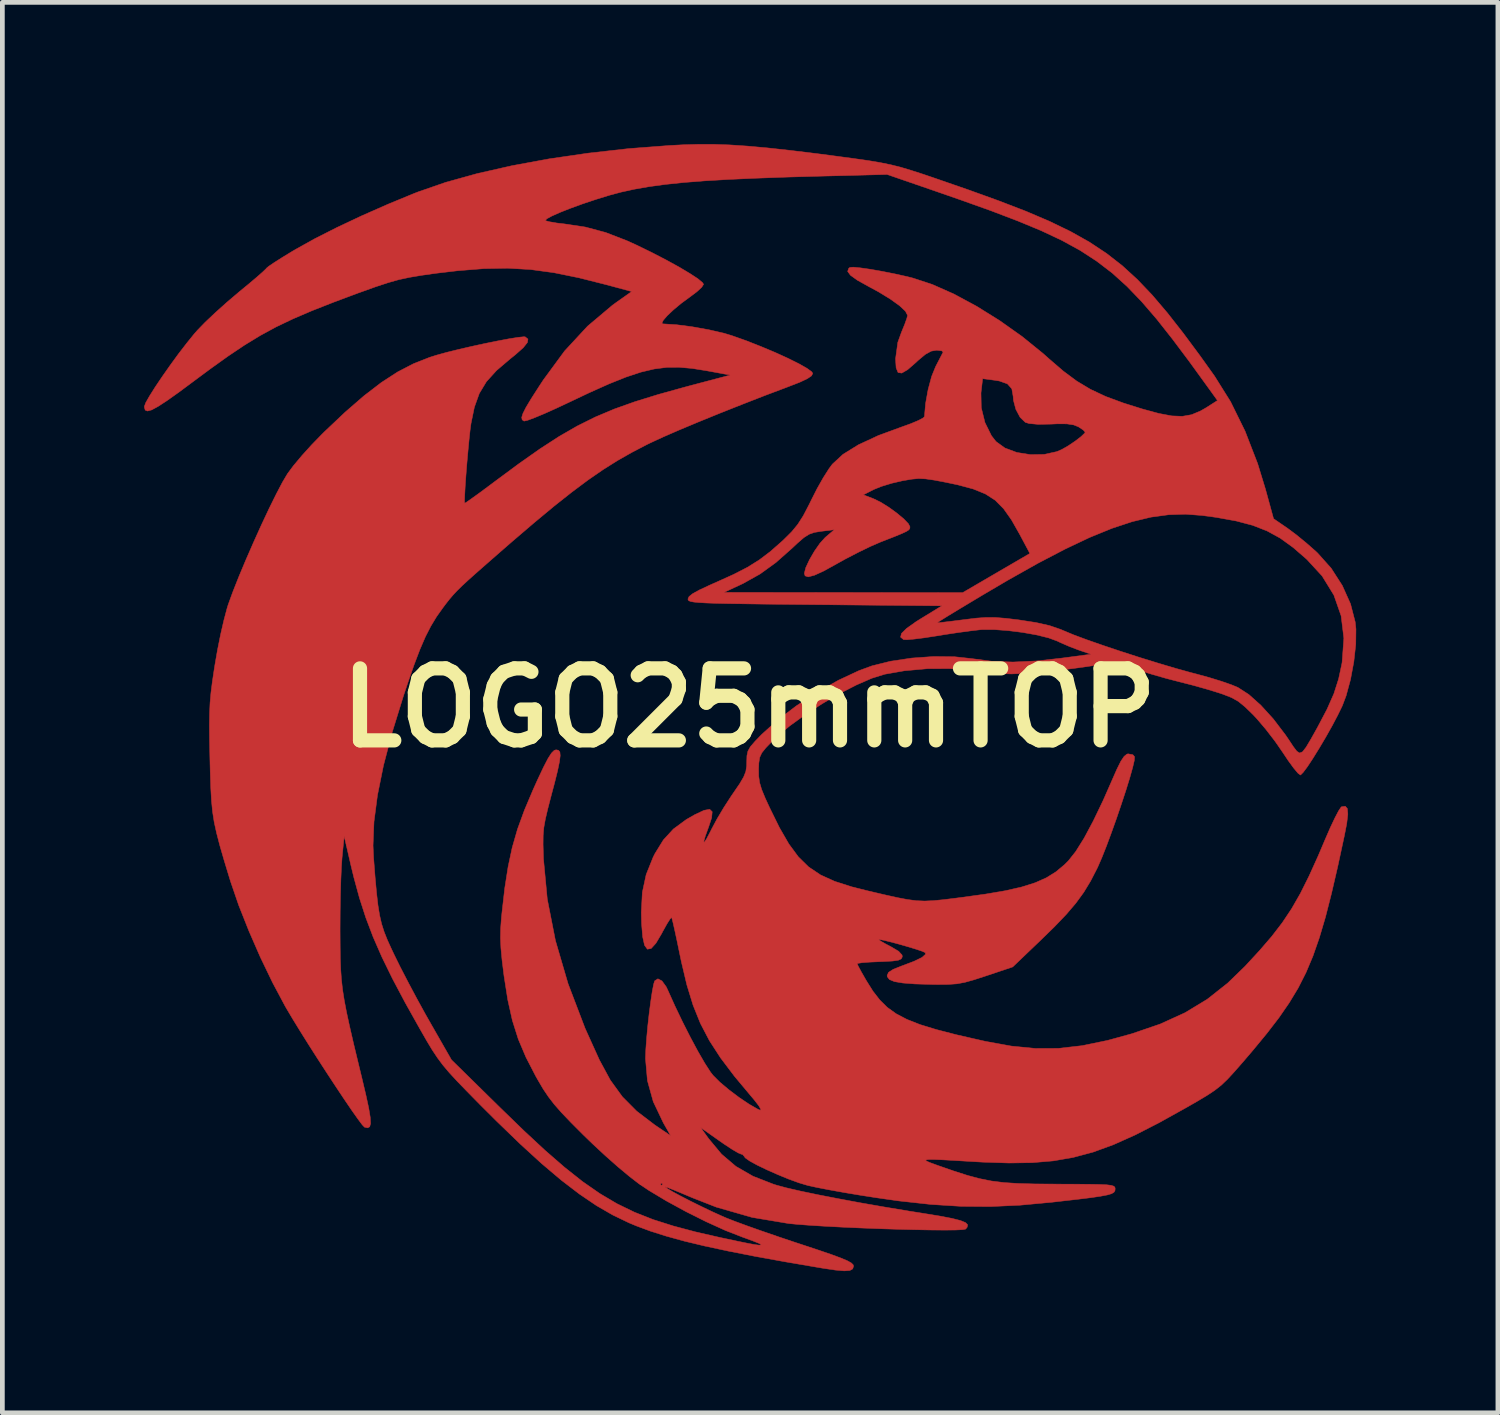
<source format=kicad_pcb>
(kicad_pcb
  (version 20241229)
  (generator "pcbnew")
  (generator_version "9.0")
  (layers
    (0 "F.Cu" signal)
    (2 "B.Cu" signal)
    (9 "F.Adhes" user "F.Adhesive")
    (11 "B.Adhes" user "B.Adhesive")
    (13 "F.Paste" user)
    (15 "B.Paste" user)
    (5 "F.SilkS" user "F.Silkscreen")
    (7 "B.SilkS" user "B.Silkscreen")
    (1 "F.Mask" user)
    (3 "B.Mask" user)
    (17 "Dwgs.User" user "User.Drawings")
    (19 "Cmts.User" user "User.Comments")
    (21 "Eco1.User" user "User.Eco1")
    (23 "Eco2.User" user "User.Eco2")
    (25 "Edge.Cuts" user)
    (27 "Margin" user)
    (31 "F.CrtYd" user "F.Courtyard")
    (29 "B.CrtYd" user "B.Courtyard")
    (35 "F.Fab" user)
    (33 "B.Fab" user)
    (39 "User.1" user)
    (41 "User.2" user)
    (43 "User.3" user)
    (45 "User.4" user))
  (footprint "LOGO25mmTOP"
    (layer "F.Cu")
    (at 12.807 11.932)
    (property "Reference" "LOGO25mmTOP" (at 0 0 0) (layer "F.SilkS") (effects (font (size 1.524 1.524) (thickness 0.3))))
    (attr through_hole)
    (fp_poly (pts (xy -0.753 -11.927) (xy -0.412 -11.915) (xy -0.039 -11.89) (xy 0.383 -11.852) (xy 0.867 -11.799) (xy 1.427 -11.731) (xy 1.824 -11.679) (xy 2.212 -11.627) (xy 2.522 -11.583) (xy 2.776 -11.54) (xy 2.997 -11.495) (xy 3.206 -11.443) (xy 3.426 -11.377) (xy 3.68 -11.295) (xy 3.907 -11.218) (xy 4.64 -10.964) (xy 5.286 -10.731) (xy 5.855 -10.512) (xy 6.357 -10.298) (xy 6.801 -10.083) (xy 7.2 -9.859) (xy 7.562 -9.62) (xy 7.898 -9.358) (xy 8.218 -9.065) (xy 8.532 -8.736) (xy 8.851 -8.361) (xy 9.185 -7.935) (xy 9.545 -7.45) (xy 9.85 -7.023) (xy 10.19 -6.48) (xy 10.497 -5.856) (xy 10.762 -5.172) (xy 10.928 -4.63) (xy 11.1 -4.003) (xy 11.396 -3.8) (xy 11.576 -3.666) (xy 11.788 -3.493) (xy 11.993 -3.313) (xy 12.033 -3.275) (xy 12.319 -2.955) (xy 12.555 -2.588) (xy 12.729 -2.2) (xy 12.828 -1.817) (xy 12.844 -1.667) (xy 12.84 -1.344) (xy 12.799 -0.975) (xy 12.729 -0.599) (xy 12.636 -0.256) (xy 12.555 -0.042) (xy 12.46 0.153) (xy 12.341 0.379) (xy 12.207 0.617) (xy 12.068 0.852) (xy 11.935 1.067) (xy 11.818 1.245) (xy 11.726 1.368) (xy 11.671 1.422) (xy 11.667 1.422) (xy 11.615 1.382) (xy 11.524 1.273) (xy 11.407 1.112) (xy 11.301 0.953) (xy 11.134 0.711) (xy 10.939 0.458) (xy 10.749 0.234) (xy 10.668 0.147) (xy 10.495 -0.021) (xy 10.354 -0.136) (xy 10.209 -0.217) (xy 10.027 -0.288) (xy 9.931 -0.32) (xy 9.672 -0.399) (xy 9.375 -0.482) (xy 9.104 -0.551) (xy 9.093 -0.554) (xy 8.83 -0.622) (xy 8.53 -0.708) (xy 8.252 -0.795) (xy 8.214 -0.808) (xy 7.766 -0.961) (xy 6.893 -0.837) (xy 6.377 -0.77) (xy 5.935 -0.731) (xy 5.545 -0.717) (xy 5.184 -0.729) (xy 4.828 -0.767) (xy 4.676 -0.79) (xy 4.25 -0.83) (xy 3.774 -0.828) (xy 3.285 -0.784) (xy 2.87 -0.711) (xy 2.597 -0.626) (xy 2.271 -0.484) (xy 1.912 -0.3) (xy 1.543 -0.085) (xy 1.184 0.147) (xy 0.857 0.384) (xy 0.584 0.613) (xy 0.498 0.696) (xy 0.354 0.846) (xy 0.268 0.953) (xy 0.223 1.05) (xy 0.205 1.167) (xy 0.2 1.295) (xy 0.202 1.446) (xy 0.221 1.582) (xy 0.265 1.73) (xy 0.343 1.919) (xy 0.43 2.107) (xy 0.641 2.536) (xy 0.84 2.881) (xy 1.041 3.154) (xy 1.259 3.368) (xy 1.511 3.537) (xy 1.81 3.673) (xy 2.172 3.789) (xy 2.515 3.875) (xy 2.865 3.957) (xy 3.139 4.018) (xy 3.357 4.059) (xy 3.542 4.083) (xy 3.715 4.09) (xy 3.898 4.082) (xy 4.113 4.061) (xy 4.381 4.028) (xy 4.496 4.013) (xy 5.005 3.943) (xy 5.426 3.871) (xy 5.771 3.792) (xy 6.056 3.702) (xy 6.292 3.597) (xy 6.494 3.471) (xy 6.674 3.321) (xy 6.757 3.238) (xy 6.911 3.044) (xy 7.089 2.76) (xy 7.284 2.395) (xy 7.494 1.958) (xy 7.674 1.549) (xy 7.784 1.299) (xy 7.868 1.13) (xy 7.936 1.029) (xy 7.994 0.982) (xy 8.02 0.974) (xy 8.122 0.993) (xy 8.158 1.036) (xy 8.153 1.112) (xy 8.117 1.266) (xy 8.056 1.483) (xy 7.975 1.745) (xy 7.879 2.037) (xy 7.775 2.343) (xy 7.667 2.645) (xy 7.562 2.928) (xy 7.464 3.175) (xy 7.379 3.37) (xy 7.365 3.399) (xy 7.227 3.667) (xy 7.082 3.906) (xy 6.915 4.135) (xy 6.712 4.373) (xy 6.458 4.638) (xy 6.174 4.915) (xy 5.578 5.485) (xy 5.011 5.675) (xy 4.758 5.757) (xy 4.565 5.811) (xy 4.396 5.842) (xy 4.215 5.855) (xy 3.987 5.857) (xy 3.861 5.855) (xy 3.511 5.845) (xy 3.253 5.825) (xy 3.075 5.795) (xy 2.969 5.751) (xy 2.924 5.692) (xy 2.921 5.666) (xy 2.95 5.6) (xy 3.048 5.536) (xy 3.226 5.465) (xy 3.491 5.365) (xy 3.661 5.282) (xy 3.734 5.216) (xy 3.727 5.182) (xy 3.666 5.154) (xy 3.538 5.111) (xy 3.368 5.059) (xy 3.18 5.005) (xy 3 4.957) (xy 2.852 4.921) (xy 2.76 4.904) (xy 2.743 4.906) (xy 2.785 4.938) (xy 2.891 4.999) (xy 3 5.056) (xy 3.164 5.153) (xy 3.237 5.233) (xy 3.241 5.273) (xy 3.218 5.315) (xy 3.156 5.343) (xy 3.036 5.36) (xy 2.839 5.371) (xy 2.755 5.374) (xy 2.551 5.383) (xy 2.392 5.395) (xy 2.3 5.409) (xy 2.286 5.416) (xy 2.31 5.47) (xy 2.373 5.587) (xy 2.464 5.746) (xy 2.485 5.782) (xy 2.622 6) (xy 2.765 6.184) (xy 2.924 6.341) (xy 3.112 6.476) (xy 3.339 6.595) (xy 3.618 6.705) (xy 3.961 6.81) (xy 4.378 6.918) (xy 4.881 7.033) (xy 5.001 7.06) (xy 5.55 7.16) (xy 6.057 7.21) (xy 6.548 7.208) (xy 7.049 7.151) (xy 7.586 7.04) (xy 8.103 6.898) (xy 8.704 6.692) (xy 9.228 6.453) (xy 9.696 6.169) (xy 10.129 5.827) (xy 10.494 5.473) (xy 10.802 5.14) (xy 11.062 4.838) (xy 11.285 4.548) (xy 11.483 4.251) (xy 11.668 3.928) (xy 11.852 3.559) (xy 12.048 3.126) (xy 12.197 2.775) (xy 12.301 2.536) (xy 12.397 2.333) (xy 12.476 2.182) (xy 12.529 2.103) (xy 12.538 2.095) (xy 12.618 2.084) (xy 12.662 2.133) (xy 12.672 2.252) (xy 12.649 2.449) (xy 12.6 2.701) (xy 12.458 3.361) (xy 12.325 3.934) (xy 12.198 4.432) (xy 12.069 4.867) (xy 11.934 5.254) (xy 11.787 5.603) (xy 11.622 5.929) (xy 11.432 6.243) (xy 11.214 6.559) (xy 10.96 6.889) (xy 10.666 7.246) (xy 10.455 7.493) (xy 10.272 7.702) (xy 10.125 7.862) (xy 9.993 7.988) (xy 9.853 8.098) (xy 9.685 8.209) (xy 9.467 8.339) (xy 9.24 8.469) (xy 8.673 8.784) (xy 8.169 9.042) (xy 7.711 9.247) (xy 7.281 9.404) (xy 6.862 9.516) (xy 6.437 9.59) (xy 5.989 9.628) (xy 5.499 9.635) (xy 4.95 9.617) (xy 4.769 9.607) (xy 4.39 9.584) (xy 4.106 9.568) (xy 3.907 9.56) (xy 3.787 9.561) (xy 3.737 9.571) (xy 3.749 9.591) (xy 3.816 9.622) (xy 3.931 9.664) (xy 3.988 9.685) (xy 4.33 9.804) (xy 4.62 9.897) (xy 4.879 9.966) (xy 5.129 10.016) (xy 5.392 10.049) (xy 5.688 10.068) (xy 6.041 10.078) (xy 6.471 10.081) (xy 6.528 10.082) (xy 6.91 10.083) (xy 7.203 10.085) (xy 7.418 10.089) (xy 7.568 10.096) (xy 7.663 10.108) (xy 7.717 10.125) (xy 7.741 10.147) (xy 7.747 10.177) (xy 7.747 10.183) (xy 7.742 10.223) (xy 7.72 10.256) (xy 7.67 10.285) (xy 7.581 10.311) (xy 7.44 10.338) (xy 7.238 10.368) (xy 6.962 10.402) (xy 6.602 10.443) (xy 6.401 10.466) (xy 5.733 10.528) (xy 5.105 10.557) (xy 4.487 10.552) (xy 3.85 10.512) (xy 3.166 10.437) (xy 2.688 10.369) (xy 2.342 10.315) (xy 2.002 10.258) (xy 1.691 10.202) (xy 1.432 10.152) (xy 1.249 10.112) (xy 1.24 10.11) (xy 1.053 10.054) (xy 0.833 9.974) (xy 0.6 9.878) (xy 0.372 9.777) (xy 0.169 9.679) (xy 0.011 9.592) (xy -0.084 9.525) (xy -0.102 9.497) (xy -0.142 9.452) (xy -0.165 9.449) (xy -0.232 9.421) (xy -0.36 9.346) (xy -0.526 9.237) (xy -0.628 9.166) (xy -1.027 8.884) (xy -0.857 9.12) (xy -0.585 9.447) (xy -0.279 9.707) (xy 0.082 9.915) (xy 0.518 10.085) (xy 0.582 10.105) (xy 0.79 10.161) (xy 1.085 10.229) (xy 1.453 10.306) (xy 1.88 10.389) (xy 2.352 10.477) (xy 2.856 10.565) (xy 3.378 10.652) (xy 3.676 10.699) (xy 4.031 10.757) (xy 4.293 10.807) (xy 4.474 10.853) (xy 4.581 10.897) (xy 4.625 10.943) (xy 4.614 10.995) (xy 4.582 11.034) (xy 4.519 11.046) (xy 4.368 11.053) (xy 4.143 11.055) (xy 3.857 11.053) (xy 3.524 11.047) (xy 3.158 11.038) (xy 2.772 11.026) (xy 2.381 11.011) (xy 1.996 10.994) (xy 1.633 10.975) (xy 1.305 10.955) (xy 1.026 10.934) (xy 0.838 10.916) (xy 0.062 10.786) (xy -0.697 10.568) (xy -1.2 10.371) (xy -1.42 10.278) (xy -1.601 10.203) (xy -1.726 10.154) (xy -1.778 10.138) (xy -1.778 10.139) (xy -1.735 10.174) (xy -1.619 10.243) (xy -1.447 10.336) (xy -1.239 10.443) (xy -1.014 10.554) (xy -0.789 10.662) (xy -0.584 10.755) (xy -0.483 10.799) (xy -0.296 10.872) (xy -0.035 10.968) (xy 0.279 11.079) (xy 0.625 11.198) (xy 0.979 11.317) (xy 1.092 11.354) (xy 1.457 11.475) (xy 1.736 11.57) (xy 1.938 11.645) (xy 2.077 11.703) (xy 2.16 11.749) (xy 2.201 11.788) (xy 2.21 11.817) (xy 2.192 11.876) (xy 2.131 11.91) (xy 2.012 11.918) (xy 1.822 11.901) (xy 1.547 11.86) (xy 1.524 11.856) (xy 0.78 11.729) (xy 0.127 11.611) (xy -0.443 11.499) (xy -0.941 11.392) (xy -1.374 11.288) (xy -1.754 11.183) (xy -2.089 11.077) (xy -2.388 10.966) (xy -2.544 10.901) (xy -2.885 10.737) (xy -3.233 10.536) (xy -3.594 10.291) (xy -3.978 9.997) (xy -4.393 9.646) (xy -4.847 9.231) (xy -5.349 8.746) (xy -5.697 8.399) (xy -5.968 8.123) (xy -6.181 7.903) (xy -6.348 7.722) (xy -6.482 7.563) (xy -6.597 7.409) (xy -6.706 7.245) (xy -6.822 7.053) (xy -6.957 6.817) (xy -6.963 6.807) (xy -7.282 6.238) (xy -7.549 5.734) (xy -7.772 5.278) (xy -7.958 4.853) (xy -8.114 4.442) (xy -8.248 4.027) (xy -8.367 3.591) (xy -8.431 3.327) (xy -8.526 2.915) (xy -7.961 2.915) (xy -7.949 3.175) (xy -7.917 3.587) (xy -7.887 3.915) (xy -7.857 4.177) (xy -7.822 4.391) (xy -7.78 4.573) (xy -7.726 4.742) (xy -7.657 4.916) (xy -7.568 5.111) (xy -7.515 5.223) (xy -7.384 5.489) (xy -7.217 5.811) (xy -7.034 6.155) (xy -6.85 6.49) (xy -6.759 6.65) (xy -6.301 7.451) (xy -5.271 8.463) (xy -4.767 8.952) (xy -4.316 9.371) (xy -3.906 9.727) (xy -3.525 10.029) (xy -3.159 10.283) (xy -2.797 10.497) (xy -2.426 10.677) (xy -2.033 10.832) (xy -1.605 10.968) (xy -1.131 11.094) (xy -0.597 11.216) (xy -0.538 11.228) (xy -0.238 11.292) (xy -0.023 11.336) (xy 0.119 11.362) (xy 0.204 11.373) (xy 0.244 11.371) (xy 0.254 11.36) (xy 0.21 11.336) (xy 0.092 11.289) (xy -0.078 11.226) (xy -0.14 11.204) (xy -0.501 11.063) (xy -0.911 10.877) (xy -1.339 10.663) (xy -1.753 10.437) (xy -2.123 10.215) (xy -2.318 10.084) (xy -1.88 10.084) (xy -1.854 10.109) (xy -1.829 10.084) (xy -1.854 10.058) (xy -1.88 10.084) (xy -2.318 10.084) (xy -2.336 10.072) (xy -2.534 9.919) (xy -2.78 9.714) (xy -3.05 9.475) (xy -3.321 9.223) (xy -3.517 9.033) (xy -3.773 8.776) (xy -3.971 8.569) (xy -4.124 8.395) (xy -4.248 8.234) (xy -4.359 8.069) (xy -4.47 7.88) (xy -4.514 7.803) (xy -4.724 7.397) (xy -4.887 7.012) (xy -5.012 6.617) (xy -5.109 6.182) (xy -5.188 5.678) (xy -5.19 5.664) (xy -5.23 5.341) (xy -5.254 5.088) (xy -5.264 4.874) (xy -5.26 4.669) (xy -5.243 4.443) (xy -5.233 4.343) (xy -5.173 3.817) (xy -5.102 3.364) (xy -5.015 2.957) (xy -4.903 2.568) (xy -4.758 2.17) (xy -4.574 1.735) (xy -4.479 1.524) (xy -4.353 1.257) (xy -4.257 1.072) (xy -4.184 0.958) (xy -4.126 0.901) (xy -4.087 0.889) (xy -4.036 0.899) (xy -4.006 0.936) (xy -3.999 1.012) (xy -4.015 1.14) (xy -4.055 1.333) (xy -4.122 1.602) (xy -4.189 1.854) (xy -4.263 2.14) (xy -4.314 2.357) (xy -4.346 2.535) (xy -4.36 2.704) (xy -4.362 2.894) (xy -4.355 3.134) (xy -4.353 3.2) (xy -4.273 4.049) (xy -4.1 4.928) (xy -3.833 5.84) (xy -3.472 6.786) (xy -3.17 7.453) (xy -2.939 7.88) (xy -2.683 8.233) (xy -2.38 8.538) (xy -2.006 8.823) (xy -1.986 8.837) (xy -1.661 9.057) (xy -1.817 8.783) (xy -2.03 8.335) (xy -2.153 7.892) (xy -2.194 7.426) (xy -2.194 7.412) (xy -2.187 7.229) (xy -2.17 6.996) (xy -2.146 6.734) (xy -2.116 6.467) (xy -2.083 6.215) (xy -2.051 6.002) (xy -2.021 5.848) (xy -1.999 5.779) (xy -1.931 5.736) (xy -1.845 5.781) (xy -1.756 5.904) (xy -1.719 5.982) (xy -1.57 6.313) (xy -1.408 6.651) (xy -1.242 6.978) (xy -1.082 7.276) (xy -0.937 7.526) (xy -0.817 7.712) (xy -0.762 7.782) (xy -0.621 7.923) (xy -0.428 8.085) (xy -0.212 8.248) (xy -0.001 8.39) (xy 0.176 8.492) (xy 0.233 8.518) (xy 0.249 8.501) (xy 0.203 8.422) (xy 0.103 8.293) (xy 0.047 8.227) (xy -0.313 7.796) (xy -0.606 7.408) (xy -0.842 7.043) (xy -1.032 6.679) (xy -1.187 6.294) (xy -1.318 5.867) (xy -1.434 5.378) (xy -1.472 5.197) (xy -1.526 4.936) (xy -1.574 4.713) (xy -1.612 4.545) (xy -1.636 4.451) (xy -1.642 4.437) (xy -1.673 4.469) (xy -1.738 4.571) (xy -1.824 4.725) (xy -1.851 4.777) (xy -1.973 4.983) (xy -2.074 5.094) (xy -2.154 5.109) (xy -2.214 5.027) (xy -2.254 4.848) (xy -2.277 4.57) (xy -2.283 4.333) (xy -2.261 3.907) (xy -2.18 3.53) (xy -2.032 3.161) (xy -1.993 3.084) (xy -1.816 2.797) (xy -1.604 2.566) (xy -1.331 2.365) (xy -1.15 2.261) (xy -0.956 2.17) (xy -0.835 2.148) (xy -0.782 2.2) (xy -0.794 2.329) (xy -0.856 2.517) (xy -0.929 2.718) (xy -0.96 2.829) (xy -0.95 2.847) (xy -0.901 2.773) (xy -0.813 2.605) (xy -0.793 2.564) (xy -0.681 2.354) (xy -0.534 2.107) (xy -0.379 1.868) (xy -0.336 1.805) (xy -0.201 1.608) (xy -0.117 1.465) (xy -0.071 1.349) (xy -0.053 1.234) (xy -0.051 1.142) (xy -0.047 1.014) (xy -0.026 0.917) (xy 0.026 0.824) (xy 0.124 0.71) (xy 0.266 0.563) (xy 0.603 0.259) (xy 1.004 -0.045) (xy 1.443 -0.332) (xy 1.893 -0.585) (xy 2.325 -0.787) (xy 2.599 -0.888) (xy 2.994 -0.986) (xy 3.442 -1.053) (xy 3.905 -1.086) (xy 4.347 -1.081) (xy 4.699 -1.043) (xy 5.133 -0.986) (xy 5.582 -0.969) (xy 6.071 -0.991) (xy 6.602 -1.05) (xy 7.236 -1.134) (xy 6.983 -1.22) (xy 6.785 -1.295) (xy 6.587 -1.381) (xy 6.523 -1.412) (xy 6.342 -1.479) (xy 6.089 -1.542) (xy 5.792 -1.595) (xy 5.481 -1.634) (xy 5.184 -1.656) (xy 4.931 -1.656) (xy 4.877 -1.651) (xy 4.689 -1.629) (xy 4.437 -1.595) (xy 4.158 -1.553) (xy 3.942 -1.518) (xy 3.701 -1.481) (xy 3.494 -1.455) (xy 3.342 -1.441) (xy 3.269 -1.444) (xy 3.205 -1.496) (xy 3.225 -1.575) (xy 3.334 -1.682) (xy 3.5 -1.799) (xy 3.978 -1.799) (xy 4.029 -1.803) (xy 4.16 -1.818) (xy 4.35 -1.841) (xy 4.547 -1.866) (xy 4.807 -1.898) (xy 5.016 -1.913) (xy 5.213 -1.912) (xy 5.434 -1.894) (xy 5.717 -1.86) (xy 5.72 -1.859) (xy 6.076 -1.804) (xy 6.359 -1.74) (xy 6.595 -1.659) (xy 6.667 -1.628) (xy 6.869 -1.544) (xy 7.149 -1.44) (xy 7.487 -1.322) (xy 7.863 -1.196) (xy 8.256 -1.069) (xy 8.648 -0.948) (xy 9.017 -0.838) (xy 9.345 -0.747) (xy 9.472 -0.714) (xy 9.738 -0.641) (xy 9.995 -0.562) (xy 10.213 -0.486) (xy 10.345 -0.431) (xy 10.576 -0.282) (xy 10.83 -0.055) (xy 11.094 0.235) (xy 11.35 0.571) (xy 11.42 0.673) (xy 11.519 0.823) (xy 11.592 0.919) (xy 11.652 0.957) (xy 11.714 0.931) (xy 11.788 0.835) (xy 11.89 0.664) (xy 12.031 0.412) (xy 12.034 0.406) (xy 12.232 0.03) (xy 12.377 -0.299) (xy 12.477 -0.611) (xy 12.546 -0.934) (xy 12.551 -0.963) (xy 12.588 -1.473) (xy 12.53 -1.947) (xy 12.377 -2.385) (xy 12.128 -2.79) (xy 11.804 -3.142) (xy 11.516 -3.392) (xy 11.243 -3.59) (xy 10.964 -3.743) (xy 10.66 -3.862) (xy 10.308 -3.955) (xy 9.887 -4.031) (xy 9.592 -4.071) (xy 9.239 -4.098) (xy 8.88 -4.087) (xy 8.505 -4.036) (xy 8.107 -3.94) (xy 7.677 -3.798) (xy 7.207 -3.606) (xy 6.69 -3.361) (xy 6.115 -3.061) (xy 5.477 -2.702) (xy 4.943 -2.388) (xy 4.663 -2.22) (xy 4.415 -2.071) (xy 4.211 -1.947) (xy 4.065 -1.856) (xy 3.987 -1.807) (xy 3.978 -1.799) (xy 3.5 -1.799) (xy 3.533 -1.823) (xy 3.64 -1.89) (xy 4.08 -2.159) (xy 1.392 -2.184) (xy 0.801 -2.19) (xy 0.304 -2.195) (xy -0.109 -2.201) (xy -0.443 -2.206) (xy -0.708 -2.212) (xy -0.912 -2.219) (xy -1.062 -2.228) (xy -1.168 -2.238) (xy -1.235 -2.25) (xy -1.274 -2.265) (xy -1.291 -2.282) (xy -1.295 -2.303) (xy -1.295 -2.304) (xy -1.272 -2.355) (xy -1.194 -2.417) (xy -1.146 -2.443) (xy -0.533 -2.443) (xy 1.993 -2.441) (xy 4.52 -2.438) (xy 5.231 -2.853) (xy 5.942 -3.267) (xy 5.727 -3.671) (xy 5.553 -3.978) (xy 5.386 -4.214) (xy 5.209 -4.393) (xy 5.001 -4.527) (xy 4.743 -4.632) (xy 4.415 -4.72) (xy 4.162 -4.773) (xy 3.915 -4.82) (xy 3.735 -4.846) (xy 3.589 -4.853) (xy 3.445 -4.84) (xy 3.269 -4.81) (xy 3.241 -4.805) (xy 3.017 -4.753) (xy 2.801 -4.687) (xy 2.637 -4.621) (xy 2.635 -4.62) (xy 2.417 -4.508) (xy 2.632 -4.426) (xy 2.784 -4.352) (xy 2.956 -4.245) (xy 3.126 -4.121) (xy 3.273 -3.999) (xy 3.372 -3.895) (xy 3.404 -3.831) (xy 3.4 -3.797) (xy 3.38 -3.767) (xy 3.328 -3.733) (xy 3.229 -3.687) (xy 3.068 -3.621) (xy 2.83 -3.528) (xy 2.781 -3.509) (xy 2.571 -3.418) (xy 2.311 -3.292) (xy 2.039 -3.151) (xy 1.85 -3.046) (xy 1.579 -2.896) (xy 1.382 -2.806) (xy 1.252 -2.772) (xy 1.184 -2.793) (xy 1.168 -2.846) (xy 1.198 -2.965) (xy 1.275 -3.131) (xy 1.381 -3.314) (xy 1.498 -3.482) (xy 1.609 -3.605) (xy 1.616 -3.611) (xy 1.803 -3.77) (xy 1.525 -3.736) (xy 1.382 -3.713) (xy 1.27 -3.674) (xy 1.158 -3.603) (xy 1.021 -3.484) (xy 0.915 -3.384) (xy 0.566 -3.075) (xy 0.23 -2.832) (xy -0.128 -2.632) (xy -0.219 -2.589) (xy -0.533 -2.443) (xy -1.146 -2.443) (xy -1.05 -2.496) (xy -0.827 -2.6) (xy -0.682 -2.664) (xy -0.324 -2.826) (xy -0.035 -2.975) (xy 0.212 -3.129) (xy 0.445 -3.305) (xy 0.691 -3.521) (xy 0.737 -3.564) (xy 0.9 -3.726) (xy 1.029 -3.883) (xy 1.145 -4.064) (xy 1.268 -4.3) (xy 1.315 -4.396) (xy 1.437 -4.637) (xy 1.568 -4.869) (xy 1.69 -5.061) (xy 1.761 -5.157) (xy 1.986 -5.365) (xy 2.312 -5.567) (xy 2.736 -5.764) (xy 3.218 -5.941) (xy 3.423 -6.015) (xy 3.587 -6.084) (xy 3.688 -6.139) (xy 3.71 -6.164) (xy 3.735 -6.444) (xy 3.775 -6.665) (xy 4.907 -6.665) (xy 4.913 -6.352) (xy 4.991 -6.038) (xy 5.129 -5.759) (xy 5.225 -5.636) (xy 5.414 -5.499) (xy 5.666 -5.405) (xy 5.953 -5.359) (xy 6.246 -5.364) (xy 6.514 -5.423) (xy 6.618 -5.468) (xy 6.759 -5.549) (xy 6.904 -5.647) (xy 7.026 -5.741) (xy 7.101 -5.813) (xy 7.112 -5.835) (xy 7.072 -5.88) (xy 6.976 -5.944) (xy 6.97 -5.948) (xy 6.866 -5.989) (xy 6.726 -6.01) (xy 6.523 -6.011) (xy 6.394 -6.005) (xy 6.117 -6) (xy 5.924 -6.018) (xy 5.845 -6.043) (xy 5.735 -6.149) (xy 5.645 -6.318) (xy 5.594 -6.511) (xy 5.588 -6.593) (xy 5.56 -6.752) (xy 5.467 -6.857) (xy 5.295 -6.918) (xy 5.201 -6.933) (xy 4.942 -6.967) (xy 4.907 -6.665) (xy 3.775 -6.665) (xy 3.789 -6.741) (xy 3.863 -7.016) (xy 3.948 -7.225) (xy 4.026 -7.375) (xy 4.084 -7.487) (xy 4.106 -7.531) (xy 4.074 -7.557) (xy 3.974 -7.569) (xy 3.964 -7.569) (xy 3.852 -7.549) (xy 3.729 -7.481) (xy 3.572 -7.35) (xy 3.529 -7.309) (xy 3.353 -7.156) (xy 3.23 -7.085) (xy 3.152 -7.097) (xy 3.111 -7.196) (xy 3.099 -7.381) (xy 3.099 -7.388) (xy 3.147 -7.737) (xy 3.226 -7.955) (xy 3.293 -8.118) (xy 3.339 -8.248) (xy 3.353 -8.308) (xy 3.308 -8.395) (xy 3.183 -8.512) (xy 2.988 -8.652) (xy 2.738 -8.805) (xy 2.527 -8.919) (xy 2.29 -9.051) (xy 2.144 -9.156) (xy 2.085 -9.238) (xy 2.108 -9.303) (xy 2.132 -9.321) (xy 2.205 -9.327) (xy 2.357 -9.312) (xy 2.568 -9.282) (xy 2.817 -9.238) (xy 3.084 -9.185) (xy 3.349 -9.126) (xy 3.467 -9.096) (xy 3.877 -8.961) (xy 4.333 -8.759) (xy 4.814 -8.5) (xy 5.302 -8.196) (xy 5.778 -7.859) (xy 6.222 -7.499) (xy 6.35 -7.385) (xy 6.652 -7.125) (xy 6.936 -6.914) (xy 7.227 -6.74) (xy 7.549 -6.589) (xy 7.926 -6.45) (xy 8.324 -6.325) (xy 8.67 -6.231) (xy 8.945 -6.179) (xy 9.169 -6.17) (xy 9.364 -6.204) (xy 9.551 -6.282) (xy 9.678 -6.355) (xy 9.913 -6.505) (xy 9.722 -6.77) (xy 9.321 -7.324) (xy 8.958 -7.808) (xy 8.624 -8.231) (xy 8.308 -8.598) (xy 7.999 -8.919) (xy 7.686 -9.202) (xy 7.358 -9.453) (xy 7.006 -9.682) (xy 6.617 -9.895) (xy 6.181 -10.1) (xy 5.687 -10.305) (xy 5.126 -10.519) (xy 4.485 -10.748) (xy 3.988 -10.921) (xy 2.921 -11.289) (xy 1.575 -11.255) (xy 0.816 -11.234) (xy 0.15 -11.21) (xy -0.433 -11.184) (xy -0.942 -11.154) (xy -1.388 -11.119) (xy -1.778 -11.078) (xy -2.123 -11.031) (xy -2.431 -10.977) (xy -2.712 -10.915) (xy -2.959 -10.849) (xy -3.244 -10.761) (xy -3.523 -10.668) (xy -3.781 -10.574) (xy -4.004 -10.486) (xy -4.177 -10.409) (xy -4.285 -10.35) (xy -4.314 -10.314) (xy -4.31 -10.311) (xy -4.226 -10.288) (xy -4.076 -10.262) (xy -3.913 -10.243) (xy -3.467 -10.176) (xy -3.037 -10.061) (xy -2.587 -9.887) (xy -2.393 -9.799) (xy -2.066 -9.64) (xy -1.759 -9.481) (xy -1.484 -9.33) (xy -1.256 -9.194) (xy -1.085 -9.082) (xy -0.986 -8.999) (xy -0.965 -8.964) (xy -1.004 -8.902) (xy -1.108 -8.806) (xy -1.253 -8.697) (xy -1.257 -8.694) (xy -1.437 -8.562) (xy -1.599 -8.427) (xy -1.731 -8.303) (xy -1.818 -8.203) (xy -1.847 -8.141) (xy -1.826 -8.127) (xy -1.541 -8.109) (xy -1.202 -8.065) (xy -0.852 -8.002) (xy -0.534 -7.929) (xy -0.363 -7.877) (xy -0.055 -7.768) (xy 0.254 -7.646) (xy 0.552 -7.521) (xy 0.822 -7.398) (xy 1.051 -7.284) (xy 1.224 -7.186) (xy 1.325 -7.112) (xy 1.346 -7.078) (xy 1.319 -7.026) (xy 1.23 -6.966) (xy 1.068 -6.89) (xy 0.82 -6.794) (xy 0.813 -6.791) (xy 0.332 -6.61) (xy -0.153 -6.421) (xy -0.627 -6.233) (xy -1.074 -6.051) (xy -1.478 -5.882) (xy -1.823 -5.732) (xy -2.093 -5.607) (xy -2.159 -5.575) (xy -2.48 -5.408) (xy -2.788 -5.233) (xy -3.096 -5.039) (xy -3.413 -4.82) (xy -3.753 -4.566) (xy -4.127 -4.27) (xy -4.546 -3.922) (xy -5.022 -3.515) (xy -5.207 -3.354) (xy -5.51 -3.089) (xy -5.748 -2.88) (xy -5.931 -2.717) (xy -6.071 -2.588) (xy -6.179 -2.482) (xy -6.265 -2.39) (xy -6.342 -2.3) (xy -6.42 -2.201) (xy -6.48 -2.121) (xy -6.616 -1.93) (xy -6.737 -1.73) (xy -6.853 -1.504) (xy -6.969 -1.235) (xy -7.093 -0.909) (xy -7.232 -0.509) (xy -7.317 -0.254) (xy -7.557 0.522) (xy -7.74 1.22) (xy -7.867 1.848) (xy -7.941 2.411) (xy -7.961 2.915) (xy -8.526 2.915) (xy -8.572 2.718) (xy -8.617 3.175) (xy -8.63 3.369) (xy -8.642 3.64) (xy -8.651 3.965) (xy -8.657 4.319) (xy -8.659 4.678) (xy -8.659 4.724) (xy -8.657 5.037) (xy -8.654 5.303) (xy -8.645 5.535) (xy -8.63 5.751) (xy -8.606 5.965) (xy -8.57 6.193) (xy -8.521 6.449) (xy -8.456 6.748) (xy -8.373 7.108) (xy -8.269 7.541) (xy -8.196 7.841) (xy -8.111 8.202) (xy -8.052 8.475) (xy -8.02 8.67) (xy -8.013 8.798) (xy -8.032 8.868) (xy -8.075 8.891) (xy -8.142 8.876) (xy -8.189 8.827) (xy -8.281 8.704) (xy -8.411 8.52) (xy -8.569 8.288) (xy -8.748 8.019) (xy -8.939 7.728) (xy -9.135 7.426) (xy -9.327 7.125) (xy -9.506 6.839) (xy -9.665 6.58) (xy -9.795 6.361) (xy -9.828 6.303) (xy -10.088 5.815) (xy -10.347 5.277) (xy -10.59 4.72) (xy -10.805 4.177) (xy -10.975 3.681) (xy -10.992 3.627) (xy -11.111 3.235) (xy -11.203 2.918) (xy -11.272 2.653) (xy -11.323 2.421) (xy -11.358 2.197) (xy -11.381 1.961) (xy -11.396 1.69) (xy -11.407 1.362) (xy -11.414 1.067) (xy -11.422 0.68) (xy -11.425 0.372) (xy -11.421 0.118) (xy -11.411 -0.104) (xy -11.392 -0.318) (xy -11.363 -0.547) (xy -11.323 -0.815) (xy -11.309 -0.903) (xy -11.253 -1.226) (xy -11.187 -1.555) (xy -11.117 -1.858) (xy -11.051 -2.106) (xy -11.027 -2.184) (xy -10.93 -2.451) (xy -10.803 -2.772) (xy -10.654 -3.128) (xy -10.492 -3.499) (xy -10.325 -3.869) (xy -10.161 -4.218) (xy -10.008 -4.528) (xy -9.876 -4.779) (xy -9.773 -4.953) (xy -9.647 -5.123) (xy -9.468 -5.337) (xy -9.258 -5.569) (xy -9.039 -5.794) (xy -8.998 -5.835) (xy -8.552 -6.257) (xy -8.152 -6.604) (xy -7.786 -6.885) (xy -7.441 -7.109) (xy -7.106 -7.283) (xy -6.767 -7.417) (xy -6.622 -7.463) (xy -6.409 -7.522) (xy -6.154 -7.585) (xy -5.874 -7.65) (xy -5.589 -7.712) (xy -5.317 -7.767) (xy -5.077 -7.812) (xy -4.888 -7.842) (xy -4.769 -7.854) (xy -4.741 -7.852) (xy -4.682 -7.805) (xy -4.694 -7.732) (xy -4.781 -7.623) (xy -4.949 -7.474) (xy -5.055 -7.389) (xy -5.347 -7.14) (xy -5.561 -6.904) (xy -5.712 -6.654) (xy -5.816 -6.364) (xy -5.887 -6.02) (xy -5.907 -5.873) (xy -5.929 -5.668) (xy -5.952 -5.426) (xy -5.975 -5.167) (xy -5.995 -4.911) (xy -6.011 -4.679) (xy -6.021 -4.492) (xy -6.025 -4.369) (xy -6.021 -4.33) (xy -5.979 -4.355) (xy -5.871 -4.431) (xy -5.708 -4.548) (xy -5.507 -4.697) (xy -5.368 -4.801) (xy -4.868 -5.171) (xy -4.426 -5.482) (xy -4.022 -5.744) (xy -3.638 -5.965) (xy -3.256 -6.155) (xy -2.855 -6.324) (xy -2.419 -6.479) (xy -1.928 -6.631) (xy -1.363 -6.788) (xy -1.229 -6.824) (xy -0.4 -7.043) (xy -0.907 -7.136) (xy -1.208 -7.184) (xy -1.483 -7.208) (xy -1.746 -7.206) (xy -2.01 -7.172) (xy -2.292 -7.105) (xy -2.606 -7.001) (xy -2.966 -6.857) (xy -3.388 -6.668) (xy -3.808 -6.469) (xy -4.087 -6.338) (xy -4.337 -6.226) (xy -4.543 -6.14) (xy -4.691 -6.085) (xy -4.764 -6.069) (xy -4.766 -6.07) (xy -4.805 -6.097) (xy -4.814 -6.148) (xy -4.788 -6.231) (xy -4.723 -6.36) (xy -4.612 -6.545) (xy -4.45 -6.797) (xy -4.357 -6.939) (xy -3.906 -7.553) (xy -3.42 -8.078) (xy -2.892 -8.523) (xy -2.802 -8.588) (xy -2.486 -8.811) (xy -3.008 -8.952) (xy -3.602 -9.102) (xy -4.132 -9.21) (xy -4.625 -9.277) (xy -5.111 -9.305) (xy -5.615 -9.296) (xy -6.166 -9.252) (xy -6.616 -9.199) (xy -6.93 -9.155) (xy -7.186 -9.112) (xy -7.414 -9.063) (xy -7.644 -8.998) (xy -7.906 -8.912) (xy -8.229 -8.796) (xy -8.264 -8.784) (xy -8.799 -8.584) (xy -9.257 -8.404) (xy -9.654 -8.234) (xy -10.012 -8.063) (xy -10.347 -7.881) (xy -10.68 -7.678) (xy -11.029 -7.444) (xy -11.413 -7.169) (xy -11.75 -6.919) (xy -12.073 -6.679) (xy -12.325 -6.5) (xy -12.514 -6.377) (xy -12.648 -6.305) (xy -12.736 -6.282) (xy -12.784 -6.302) (xy -12.801 -6.362) (xy -12.802 -6.378) (xy -12.772 -6.458) (xy -12.691 -6.601) (xy -12.57 -6.793) (xy -12.419 -7.017) (xy -12.251 -7.256) (xy -12.076 -7.496) (xy -11.904 -7.719) (xy -11.749 -7.911) (xy -11.676 -7.994) (xy -11.513 -8.162) (xy -11.296 -8.367) (xy -11.054 -8.584) (xy -10.814 -8.788) (xy -10.799 -8.801) (xy -10.596 -8.968) (xy -10.423 -9.114) (xy -10.295 -9.227) (xy -10.226 -9.293) (xy -10.219 -9.304) (xy -10.171 -9.344) (xy -10.052 -9.425) (xy -9.877 -9.536) (xy -9.664 -9.666) (xy -9.59 -9.709) (xy -9.193 -9.93) (xy -8.721 -10.169) (xy -8.199 -10.415) (xy -7.648 -10.658) (xy -7.093 -10.887) (xy -7.005 -10.921) (xy -6.425 -11.122) (xy -5.76 -11.307) (xy -5.024 -11.474) (xy -4.233 -11.62) (xy -3.401 -11.741) (xy -2.545 -11.837) (xy -1.679 -11.903) (xy -1.392 -11.918) (xy -1.074 -11.927) (xy -0.753 -11.927)) (stroke (width 0.01) (type solid)) (fill yes) (layer "F.Cu")))
  (gr_rect
    (start -3 -3)
    (end 28.656 26.855)
    (stroke (width 0.1) (type default))
    (fill no)
    (layer "Edge.Cuts")))
</source>
